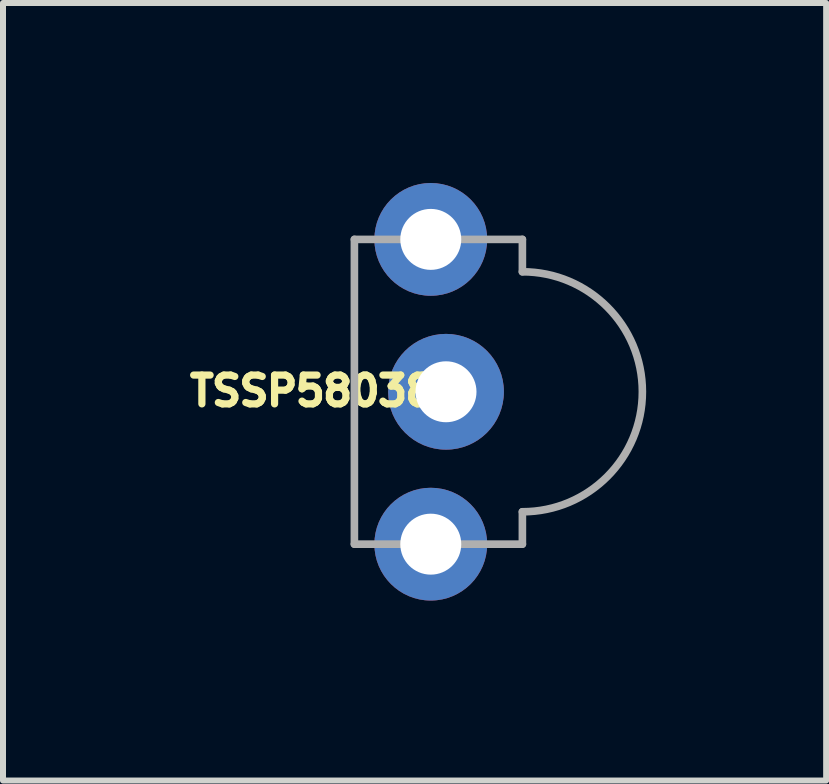
<source format=kicad_pcb>
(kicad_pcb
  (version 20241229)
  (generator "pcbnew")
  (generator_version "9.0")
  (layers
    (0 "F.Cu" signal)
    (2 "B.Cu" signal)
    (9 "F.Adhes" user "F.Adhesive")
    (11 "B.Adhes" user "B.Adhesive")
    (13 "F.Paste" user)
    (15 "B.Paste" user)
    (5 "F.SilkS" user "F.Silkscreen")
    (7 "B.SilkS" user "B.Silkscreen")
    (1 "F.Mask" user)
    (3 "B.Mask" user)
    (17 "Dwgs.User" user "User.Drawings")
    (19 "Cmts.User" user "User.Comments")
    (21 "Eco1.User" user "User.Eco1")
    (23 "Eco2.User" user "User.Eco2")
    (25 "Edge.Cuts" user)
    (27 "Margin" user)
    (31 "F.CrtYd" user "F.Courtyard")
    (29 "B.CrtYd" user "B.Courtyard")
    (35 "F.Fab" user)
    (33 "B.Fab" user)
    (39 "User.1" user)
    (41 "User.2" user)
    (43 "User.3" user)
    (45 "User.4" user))
  (footprint "TSSP58038"
    (layer "F.Cu")
    (at 4.384 3.48)
    (property "Reference" "TSSP58038" (at -2.229 -0.014 180) (layer "F.SilkS") (effects (font (size 0.48 0.48) (thickness 0.15))))
    (attr through_hole)
    (fp_line (start -1.527 -2.54) (end 1.273 -2.54) (stroke (width 0.127) (type solid)) (layer "F.Fab"))
    (fp_line (start -1.527 2.54) (end -1.527 -2.54) (stroke (width 0.127) (type solid)) (layer "F.Fab"))
    (fp_line (start -1.527 2.54) (end 1.273 2.54) (stroke (width 0.127) (type solid)) (layer "F.Fab"))
    (fp_line (start 1.273 -2) (end 1.273 -2.54) (stroke (width 0.127) (type solid)) (layer "F.Fab"))
    (fp_line (start 1.273 2.54) (end 1.273 2) (stroke (width 0.127) (type solid)) (layer "F.Fab"))
    (fp_arc (start 1.273 -2) (mid 3.273 0) (end 1.273 2) (stroke (width 0.127) (type solid)) (layer "F.Fab"))
    (fp_poly (pts (xy -0.381 -2.794) (xy 0.127 -2.794) (xy 0.127 -2.286) (xy -0.381 -2.286)) (stroke (width 0.01) (type solid)) (fill no) (layer "F.Fab"))
    (fp_poly (pts (xy -0.381 -0.254) (xy 0.127 -0.254) (xy 0.127 0.254) (xy -0.381 0.254)) (stroke (width 0.01) (type solid)) (fill no) (layer "F.Fab"))
    (fp_poly (pts (xy -0.381 2.286) (xy 0.127 2.286) (xy 0.127 2.794) (xy -0.381 2.794)) (stroke (width 0.01) (type solid)) (fill no) (layer "F.Fab"))
    (pad "GND" thru_hole circle (at 0 0) (size 1.93 1.93) (drill 1.016) (layers "*.Cu" "*.Mask"))
    (pad "OUT" thru_hole circle (at -0.254 2.54) (size 1.88 1.88) (drill 1.016) (layers "*.Cu" "*.Mask"))
    (pad "VS" thru_hole circle (at -0.254 -2.54) (size 1.88 1.88) (drill 1.016) (layers "*.Cu" "*.Mask")))
  (gr_rect
    (start -3 -3)
    (end 10.72 9.96)
    (stroke (width 0.1) (type default))
    (fill no)
    (layer "Edge.Cuts")))
</source>
